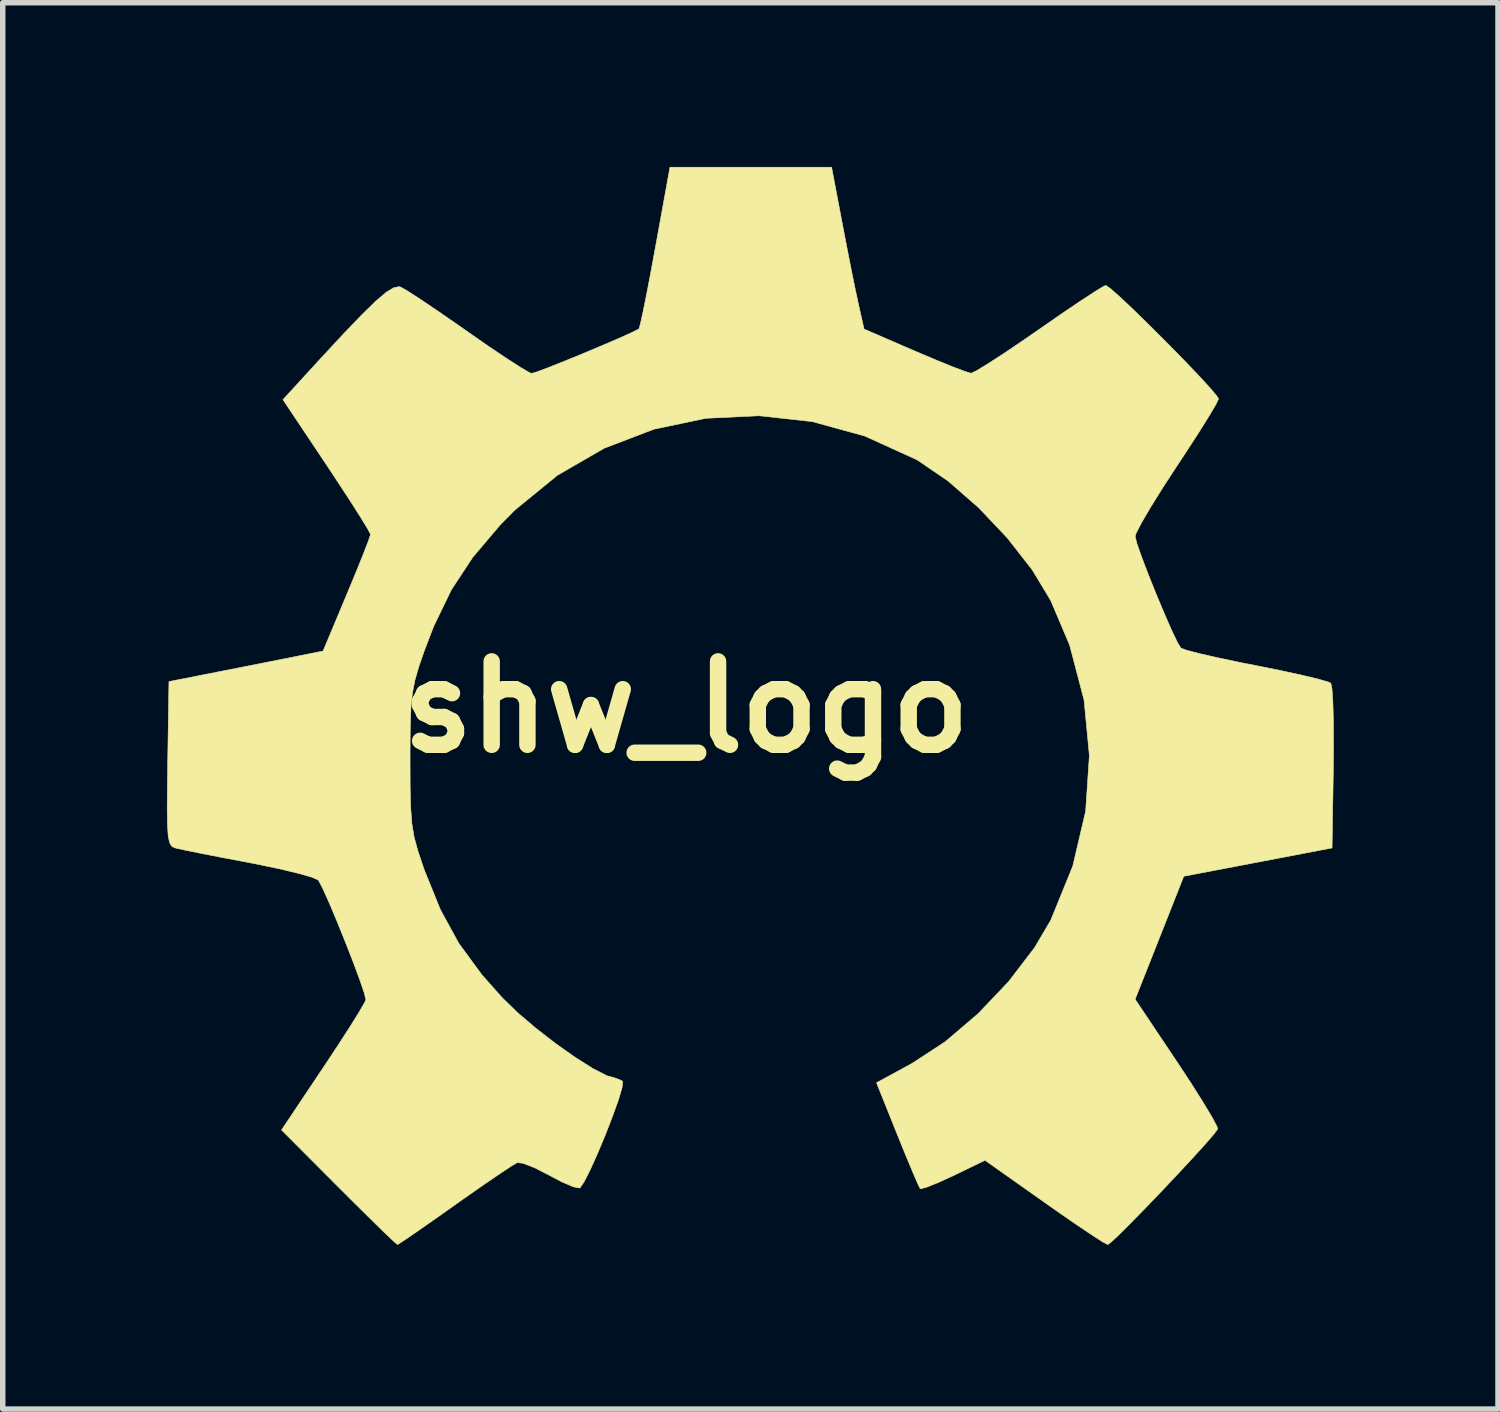
<source format=kicad_pcb>
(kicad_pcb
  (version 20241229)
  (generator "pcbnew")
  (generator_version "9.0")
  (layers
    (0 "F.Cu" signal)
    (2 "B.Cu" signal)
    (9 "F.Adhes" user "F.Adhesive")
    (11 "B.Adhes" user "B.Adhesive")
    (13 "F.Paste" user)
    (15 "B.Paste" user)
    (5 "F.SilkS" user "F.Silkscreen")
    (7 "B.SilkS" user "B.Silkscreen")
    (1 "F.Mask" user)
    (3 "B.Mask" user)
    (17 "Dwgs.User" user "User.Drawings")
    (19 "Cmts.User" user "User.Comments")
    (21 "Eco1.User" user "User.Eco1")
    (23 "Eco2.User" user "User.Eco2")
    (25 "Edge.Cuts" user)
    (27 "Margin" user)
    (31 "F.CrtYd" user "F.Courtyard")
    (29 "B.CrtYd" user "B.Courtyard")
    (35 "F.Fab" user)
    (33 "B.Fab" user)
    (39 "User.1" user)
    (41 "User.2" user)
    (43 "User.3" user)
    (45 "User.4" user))
  (footprint "oshw_logo"
    (layer "F.Cu")
    (at 8.8 9.869)
    (property "Reference" "oshw_logo" (at 0 0 0) (layer "F.SilkS") (effects (font (size 1.524 1.524) (thickness 0.3))))
    (attr through_hole)
    (fp_poly (pts (xy 3.537 -8.848) (xy 3.623 -8.4) (xy 3.709 -7.963) (xy 3.785 -7.592) (xy 3.833 -7.369) (xy 3.937 -6.907) (xy 4.868 -6.504) (xy 5.239 -6.347) (xy 5.555 -6.218) (xy 5.785 -6.131) (xy 5.892 -6.099) (xy 5.989 -6.144) (xy 6.199 -6.272) (xy 6.497 -6.465) (xy 6.857 -6.708) (xy 7.135 -6.9) (xy 7.522 -7.169) (xy 7.862 -7.399) (xy 8.131 -7.575) (xy 8.303 -7.681) (xy 8.353 -7.705) (xy 8.438 -7.647) (xy 8.615 -7.491) (xy 8.859 -7.261) (xy 9.146 -6.98) (xy 9.452 -6.675) (xy 9.753 -6.369) (xy 10.023 -6.087) (xy 10.239 -5.853) (xy 10.377 -5.692) (xy 10.414 -5.632) (xy 10.369 -5.535) (xy 10.245 -5.324) (xy 10.058 -5.025) (xy 9.823 -4.662) (xy 9.652 -4.403) (xy 9.394 -4.007) (xy 9.174 -3.654) (xy 9.007 -3.368) (xy 8.909 -3.178) (xy 8.89 -3.119) (xy 8.922 -2.99) (xy 9.007 -2.747) (xy 9.129 -2.427) (xy 9.271 -2.072) (xy 9.419 -1.72) (xy 9.554 -1.41) (xy 9.663 -1.182) (xy 9.726 -1.078) (xy 9.828 -1.039) (xy 10.067 -0.977) (xy 10.412 -0.899) (xy 10.833 -0.81) (xy 11.095 -0.759) (xy 11.546 -0.668) (xy 11.938 -0.583) (xy 12.241 -0.51) (xy 12.426 -0.456) (xy 12.466 -0.437) (xy 12.487 -0.334) (xy 12.503 -0.09) (xy 12.513 0.265) (xy 12.515 0.703) (xy 12.512 1.103) (xy 12.488 2.574) (xy 11.134 2.833) (xy 9.779 3.091) (xy 9.335 4.215) (xy 8.89 5.339) (xy 9.657 6.485) (xy 9.914 6.875) (xy 10.13 7.218) (xy 10.292 7.488) (xy 10.384 7.661) (xy 10.398 7.709) (xy 10.331 7.801) (xy 10.172 7.985) (xy 9.944 8.236) (xy 9.67 8.531) (xy 9.374 8.845) (xy 9.079 9.152) (xy 8.81 9.427) (xy 8.589 9.647) (xy 8.441 9.785) (xy 8.39 9.821) (xy 8.302 9.775) (xy 8.102 9.646) (xy 7.814 9.453) (xy 7.464 9.211) (xy 7.237 9.051) (xy 6.147 8.281) (xy 5.573 8.559) (xy 5.294 8.687) (xy 5.079 8.773) (xy 4.969 8.802) (xy 4.963 8.8) (xy 4.919 8.711) (xy 4.827 8.497) (xy 4.699 8.19) (xy 4.549 7.821) (xy 4.546 7.814) (xy 4.165 6.864) (xy 4.813 6.511) (xy 5.419 6.115) (xy 6.022 5.601) (xy 6.581 5.013) (xy 7.054 4.394) (xy 7.348 3.895) (xy 7.75 2.908) (xy 7.986 1.902) (xy 8.054 0.886) (xy 7.957 -0.129) (xy 7.693 -1.133) (xy 7.348 -1.947) (xy 7.008 -2.51) (xy 6.555 -3.09) (xy 6.029 -3.645) (xy 5.473 -4.13) (xy 4.928 -4.503) (xy 4.882 -4.528) (xy 3.95 -4.952) (xy 2.989 -5.216) (xy 2.015 -5.323) (xy 1.046 -5.276) (xy 0.098 -5.077) (xy -0.811 -4.729) (xy -1.666 -4.235) (xy -2.447 -3.597) (xy -2.709 -3.331) (xy -3.211 -2.739) (xy -3.603 -2.143) (xy -3.925 -1.478) (xy -4.094 -1.038) (xy -4.197 -0.74) (xy -4.269 -0.492) (xy -4.315 -0.253) (xy -4.342 0.018) (xy -4.354 0.364) (xy -4.358 0.827) (xy -4.358 0.974) (xy -4.356 1.474) (xy -4.346 1.847) (xy -4.324 2.134) (xy -4.283 2.377) (xy -4.218 2.619) (xy -4.124 2.9) (xy -4.094 2.985) (xy -3.803 3.703) (xy -3.467 4.317) (xy -3.047 4.89) (xy -2.672 5.313) (xy -2.394 5.583) (xy -2.057 5.87) (xy -1.694 6.151) (xy -1.335 6.404) (xy -1.013 6.607) (xy -0.759 6.737) (xy -0.622 6.773) (xy -0.491 6.824) (xy -0.473 6.846) (xy -0.484 6.953) (xy -0.55 7.175) (xy -0.657 7.474) (xy -0.788 7.812) (xy -0.929 8.15) (xy -1.064 8.45) (xy -1.177 8.674) (xy -1.252 8.783) (xy -1.26 8.788) (xy -1.377 8.765) (xy -1.59 8.673) (xy -1.822 8.55) (xy -2.082 8.417) (xy -2.294 8.335) (xy -2.4 8.323) (xy -2.505 8.385) (xy -2.719 8.527) (xy -3.017 8.73) (xy -3.37 8.977) (xy -3.534 9.093) (xy -3.895 9.348) (xy -4.204 9.564) (xy -4.437 9.724) (xy -4.569 9.811) (xy -4.588 9.821) (xy -4.654 9.764) (xy -4.82 9.607) (xy -5.065 9.367) (xy -5.37 9.065) (xy -5.662 8.774) (xy -6.706 7.727) (xy -5.936 6.575) (xy -5.677 6.184) (xy -5.455 5.84) (xy -5.286 5.568) (xy -5.186 5.394) (xy -5.165 5.345) (xy -5.196 5.219) (xy -5.279 4.977) (xy -5.398 4.656) (xy -5.54 4.293) (xy -5.688 3.926) (xy -5.828 3.593) (xy -5.945 3.331) (xy -6.023 3.179) (xy -6.038 3.159) (xy -6.154 3.108) (xy -6.404 3.037) (xy -6.755 2.953) (xy -7.173 2.866) (xy -7.324 2.837) (xy -7.762 2.754) (xy -8.15 2.679) (xy -8.451 2.618) (xy -8.632 2.578) (xy -8.659 2.571) (xy -8.713 2.543) (xy -8.751 2.479) (xy -8.777 2.356) (xy -8.79 2.149) (xy -8.795 1.835) (xy -8.791 1.391) (xy -8.786 1.031) (xy -8.763 -0.466) (xy -7.789 -0.658) (xy -7.352 -0.744) (xy -6.929 -0.828) (xy -6.574 -0.898) (xy -6.381 -0.937) (xy -5.947 -1.024) (xy -5.514 -2.058) (xy -5.353 -2.446) (xy -5.219 -2.778) (xy -5.124 -3.022) (xy -5.081 -3.148) (xy -5.08 -3.156) (xy -5.125 -3.244) (xy -5.249 -3.448) (xy -5.437 -3.744) (xy -5.674 -4.107) (xy -5.88 -4.419) (xy -6.68 -5.617) (xy -6.015 -6.343) (xy -5.579 -6.813) (xy -5.24 -7.167) (xy -4.983 -7.418) (xy -4.793 -7.579) (xy -4.656 -7.662) (xy -4.559 -7.681) (xy -4.528 -7.673) (xy -4.413 -7.608) (xy -4.187 -7.462) (xy -3.879 -7.255) (xy -3.515 -7.004) (xy -3.306 -6.858) (xy -2.93 -6.596) (xy -2.598 -6.373) (xy -2.338 -6.206) (xy -2.176 -6.111) (xy -2.137 -6.096) (xy -2.033 -6.127) (xy -1.813 -6.21) (xy -1.515 -6.329) (xy -1.175 -6.468) (xy -0.834 -6.612) (xy -0.529 -6.743) (xy -0.299 -6.847) (xy -0.181 -6.907) (xy -0.175 -6.911) (xy -0.149 -7.002) (xy -0.099 -7.231) (xy -0.03 -7.572) (xy 0.051 -7.998) (xy 0.126 -8.404) (xy 0.391 -9.864) (xy 3.344 -9.864) (xy 3.537 -8.848)) (stroke (width 0.01) (type solid)) (fill yes) (layer "F.SilkS")))
  (gr_rect
    (start -3 -3)
    (end 24.32 22.695)
    (stroke (width 0.1) (type default))
    (fill no)
    (layer "Edge.Cuts")))
</source>
